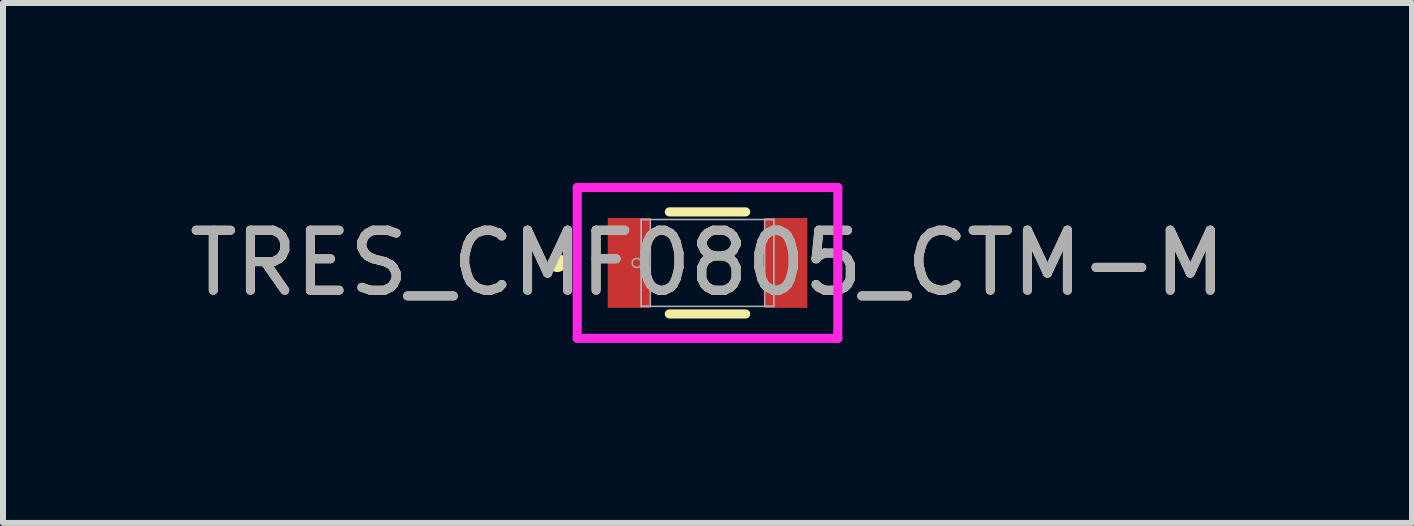
<source format=kicad_pcb>
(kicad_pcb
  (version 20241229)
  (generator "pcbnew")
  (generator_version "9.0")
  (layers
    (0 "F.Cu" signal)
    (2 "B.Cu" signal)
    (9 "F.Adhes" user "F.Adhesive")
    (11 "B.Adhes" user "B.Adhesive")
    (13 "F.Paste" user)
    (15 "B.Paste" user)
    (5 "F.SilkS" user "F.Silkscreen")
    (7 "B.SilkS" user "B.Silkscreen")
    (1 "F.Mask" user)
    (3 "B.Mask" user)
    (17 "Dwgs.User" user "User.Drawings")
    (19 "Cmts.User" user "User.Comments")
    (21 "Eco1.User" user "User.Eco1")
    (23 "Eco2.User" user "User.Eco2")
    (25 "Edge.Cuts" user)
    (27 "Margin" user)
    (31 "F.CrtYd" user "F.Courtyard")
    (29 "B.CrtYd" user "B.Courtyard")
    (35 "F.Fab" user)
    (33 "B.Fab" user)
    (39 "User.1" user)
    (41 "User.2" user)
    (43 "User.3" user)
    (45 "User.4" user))
  (footprint "TRES_CMF0805_CTM-M"
    (layer "F.Cu")
    (at 8.744 1.333)
    (property "Reference" "TRES_CMF0805_CTM-M" (at 0 0 0) (unlocked yes) (layer "F.SilkS") (effects (font (size 1 1) (thickness 0.15))))
    (attr smd)
    (fp_line (start -0.636 0.851) (end 0.636 0.851) (stroke (width 0.152) (type solid)) (layer "F.SilkS"))
    (fp_line (start 0.636 -0.851) (end -0.636 -0.851) (stroke (width 0.152) (type solid)) (layer "F.SilkS"))
    (fp_circle (center -2.502 0) (end -2.426 0) (stroke (width 0.152) (type solid)) (fill no) (layer "F.SilkS"))
    (fp_line (start -2.172 -1.257) (end 2.172 -1.257) (stroke (width 0.152) (type solid)) (layer "F.CrtYd"))
    (fp_line (start -2.172 1.257) (end -2.172 -1.257) (stroke (width 0.152) (type solid)) (layer "F.CrtYd"))
    (fp_line (start 2.172 -1.257) (end 2.172 1.257) (stroke (width 0.152) (type solid)) (layer "F.CrtYd"))
    (fp_line (start 2.172 1.257) (end -2.172 1.257) (stroke (width 0.152) (type solid)) (layer "F.CrtYd"))
    (fp_line (start -1.105 -0.724) (end -1.105 0.724) (stroke (width 0.025) (type solid)) (layer "F.Fab"))
    (fp_line (start -1.105 -0.724) (end -1.105 0.724) (stroke (width 0.025) (type solid)) (layer "F.Fab"))
    (fp_line (start -1.105 0.724) (end -0.953 0.724) (stroke (width 0.025) (type solid)) (layer "F.Fab"))
    (fp_line (start -1.105 0.724) (end 1.105 0.724) (stroke (width 0.025) (type solid)) (layer "F.Fab"))
    (fp_line (start -0.953 -0.724) (end -1.105 -0.724) (stroke (width 0.025) (type solid)) (layer "F.Fab"))
    (fp_line (start -0.953 0.724) (end -0.953 -0.724) (stroke (width 0.025) (type solid)) (layer "F.Fab"))
    (fp_line (start 0.953 -0.724) (end 0.953 0.724) (stroke (width 0.025) (type solid)) (layer "F.Fab"))
    (fp_line (start 0.953 0.724) (end 1.105 0.724) (stroke (width 0.025) (type solid)) (layer "F.Fab"))
    (fp_line (start 1.105 -0.724) (end -1.105 -0.724) (stroke (width 0.025) (type solid)) (layer "F.Fab"))
    (fp_line (start 1.105 -0.724) (end 0.953 -0.724) (stroke (width 0.025) (type solid)) (layer "F.Fab"))
    (fp_line (start 1.105 0.724) (end 1.105 -0.724) (stroke (width 0.025) (type solid)) (layer "F.Fab"))
    (fp_line (start 1.105 0.724) (end 1.105 -0.724) (stroke (width 0.025) (type solid)) (layer "F.Fab"))
    (fp_circle (center -1.181 0) (end -1.105 0) (stroke (width 0.025) (type solid)) (fill no) (layer "F.Fab"))
    (fp_text user "${REFERENCE}" (at 0 0 0) (unlocked yes) (layer "F.Fab") (effects (font (size 1 1) (thickness 0.15))))
    (pad "1" smd rect (at -1.308 0) (size 0.711 1.499) (layers "F.Cu" "F.Mask" "F.Paste"))
    (pad "2" smd rect (at 1.308 0) (size 0.711 1.499) (layers "F.Cu" "F.Mask" "F.Paste"))
    (zone (net_name "") (layer "F.Cu") (hatch full 0.508) (connect_pads) (min_thickness 0.254) (filled_areas_thickness no) (keepout (tracks not_allowed) (vias not_allowed) (pads allowed) (copperpour not_allowed) (footprints allowed)) (placement (enabled no)) (fill) (polygon (pts (xy 7.842 0.66) (xy 9.646 0.66) (xy 9.646 2.007) (xy 7.842 2.007)))))
  (gr_rect
    (start -3 -3)
    (end 20.488 5.667)
    (stroke (width 0.1) (type default))
    (fill no)
    (layer "Edge.Cuts")))
</source>
